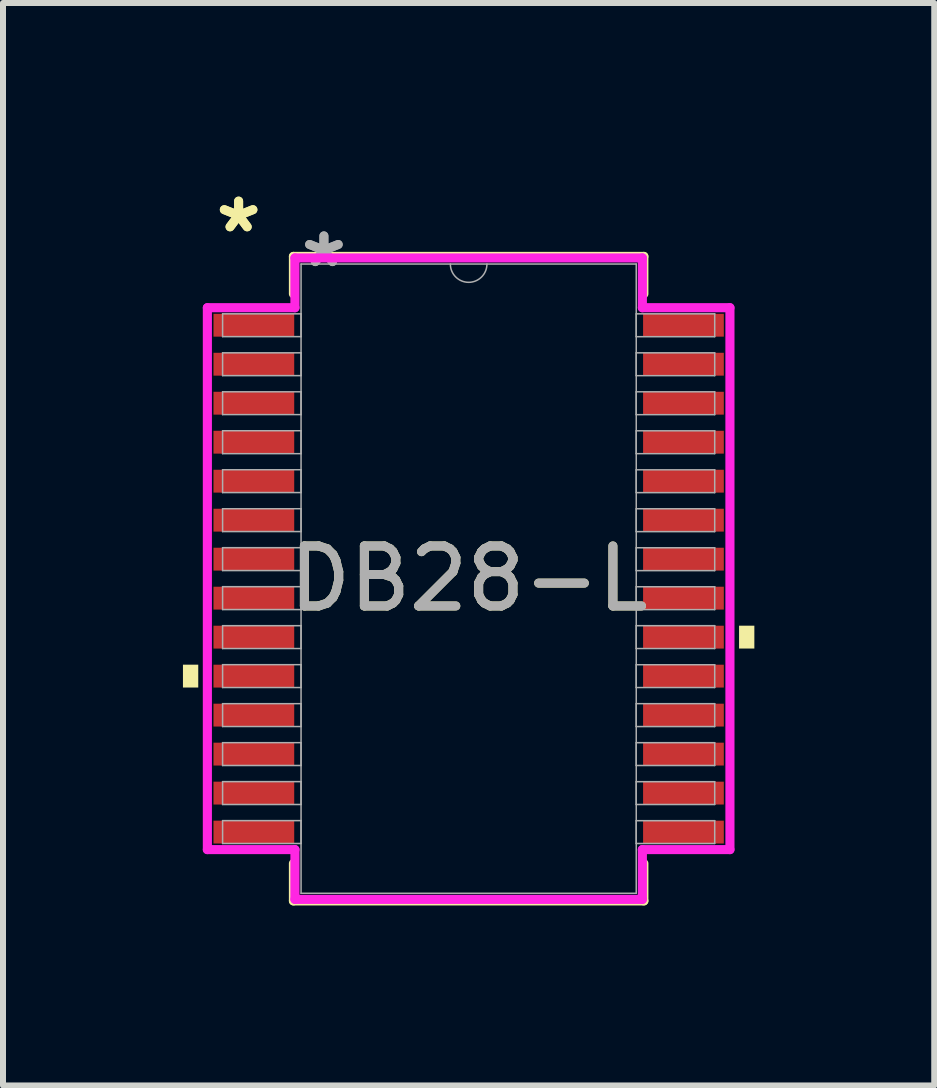
<source format=kicad_pcb>
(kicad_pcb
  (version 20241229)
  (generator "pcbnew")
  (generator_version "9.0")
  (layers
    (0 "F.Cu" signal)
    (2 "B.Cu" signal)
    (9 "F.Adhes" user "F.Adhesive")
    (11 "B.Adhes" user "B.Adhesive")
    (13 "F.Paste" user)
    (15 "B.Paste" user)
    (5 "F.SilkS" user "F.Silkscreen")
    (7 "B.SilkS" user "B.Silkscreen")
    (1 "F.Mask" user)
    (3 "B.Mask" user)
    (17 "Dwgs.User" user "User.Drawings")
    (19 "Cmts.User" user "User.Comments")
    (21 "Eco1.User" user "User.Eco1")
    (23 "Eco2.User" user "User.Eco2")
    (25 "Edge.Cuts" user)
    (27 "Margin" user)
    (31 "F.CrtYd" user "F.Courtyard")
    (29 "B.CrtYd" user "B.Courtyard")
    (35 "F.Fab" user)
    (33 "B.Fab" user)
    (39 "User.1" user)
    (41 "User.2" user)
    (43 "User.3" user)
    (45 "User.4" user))
  (footprint "DB28-L"
    (layer "F.Cu")
    (at 4.763 6.597)
    (property "Reference" "DB28-L" (at 0 0 0) (unlocked yes) (layer "F.SilkS") (effects (font (size 1 1) (thickness 0.15))))
    (attr smd)
    (fp_line (start -2.921 -5.372) (end -2.921 -4.748) (stroke (width 0.152) (type solid)) (layer "F.SilkS"))
    (fp_line (start -2.921 4.748) (end -2.921 5.372) (stroke (width 0.152) (type solid)) (layer "F.SilkS"))
    (fp_line (start -2.921 5.372) (end 2.921 5.372) (stroke (width 0.152) (type solid)) (layer "F.SilkS"))
    (fp_line (start 2.921 -5.372) (end -2.921 -5.372) (stroke (width 0.152) (type solid)) (layer "F.SilkS"))
    (fp_line (start 2.921 -4.748) (end 2.921 -5.372) (stroke (width 0.152) (type solid)) (layer "F.SilkS"))
    (fp_line (start 2.921 5.372) (end 2.921 4.748) (stroke (width 0.152) (type solid)) (layer "F.SilkS"))
    (fp_poly (pts (xy -4.763 1.434) (xy -4.763 1.815) (xy -4.508 1.815) (xy -4.508 1.434)) (stroke (width 0) (type solid)) (fill yes) (layer "F.SilkS"))
    (fp_poly (pts (xy 4.763 0.784) (xy 4.763 1.165) (xy 4.508 1.165) (xy 4.508 0.784)) (stroke (width 0) (type solid)) (fill yes) (layer "F.SilkS"))
    (fp_line (start -4.356 -4.517) (end -2.896 -4.517) (stroke (width 0.152) (type solid)) (layer "F.CrtYd"))
    (fp_line (start -4.356 4.517) (end -4.356 -4.517) (stroke (width 0.152) (type solid)) (layer "F.CrtYd"))
    (fp_line (start -4.356 4.517) (end -2.896 4.517) (stroke (width 0.152) (type solid)) (layer "F.CrtYd"))
    (fp_line (start -2.896 -5.347) (end 2.896 -5.347) (stroke (width 0.152) (type solid)) (layer "F.CrtYd"))
    (fp_line (start -2.896 -4.517) (end -2.896 -5.347) (stroke (width 0.152) (type solid)) (layer "F.CrtYd"))
    (fp_line (start -2.896 5.347) (end -2.896 4.517) (stroke (width 0.152) (type solid)) (layer "F.CrtYd"))
    (fp_line (start 2.896 -5.347) (end 2.896 -4.517) (stroke (width 0.152) (type solid)) (layer "F.CrtYd"))
    (fp_line (start 2.896 4.517) (end 2.896 5.347) (stroke (width 0.152) (type solid)) (layer "F.CrtYd"))
    (fp_line (start 2.896 5.347) (end -2.896 5.347) (stroke (width 0.152) (type solid)) (layer "F.CrtYd"))
    (fp_line (start 4.356 -4.517) (end 2.896 -4.517) (stroke (width 0.152) (type solid)) (layer "F.CrtYd"))
    (fp_line (start 4.356 -4.517) (end 4.356 4.517) (stroke (width 0.152) (type solid)) (layer "F.CrtYd"))
    (fp_line (start 4.356 4.517) (end 2.896 4.517) (stroke (width 0.152) (type solid)) (layer "F.CrtYd"))
    (fp_line (start -4.102 -4.415) (end -4.102 -4.035) (stroke (width 0.025) (type solid)) (layer "F.Fab"))
    (fp_line (start -4.102 -4.035) (end -2.794 -4.035) (stroke (width 0.025) (type solid)) (layer "F.Fab"))
    (fp_line (start -4.102 -3.765) (end -4.102 -3.385) (stroke (width 0.025) (type solid)) (layer "F.Fab"))
    (fp_line (start -4.102 -3.385) (end -2.794 -3.385) (stroke (width 0.025) (type solid)) (layer "F.Fab"))
    (fp_line (start -4.102 -3.115) (end -4.102 -2.735) (stroke (width 0.025) (type solid)) (layer "F.Fab"))
    (fp_line (start -4.102 -2.735) (end -2.794 -2.735) (stroke (width 0.025) (type solid)) (layer "F.Fab"))
    (fp_line (start -4.102 -2.466) (end -4.102 -2.084) (stroke (width 0.025) (type solid)) (layer "F.Fab"))
    (fp_line (start -4.102 -2.084) (end -2.794 -2.084) (stroke (width 0.025) (type solid)) (layer "F.Fab"))
    (fp_line (start -4.102 -1.816) (end -4.102 -1.435) (stroke (width 0.025) (type solid)) (layer "F.Fab"))
    (fp_line (start -4.102 -1.435) (end -2.794 -1.435) (stroke (width 0.025) (type solid)) (layer "F.Fab"))
    (fp_line (start -4.102 -1.166) (end -4.102 -0.785) (stroke (width 0.025) (type solid)) (layer "F.Fab"))
    (fp_line (start -4.102 -0.785) (end -2.794 -0.785) (stroke (width 0.025) (type solid)) (layer "F.Fab"))
    (fp_line (start -4.102 -0.516) (end -4.102 -0.135) (stroke (width 0.025) (type solid)) (layer "F.Fab"))
    (fp_line (start -4.102 -0.135) (end -2.794 -0.135) (stroke (width 0.025) (type solid)) (layer "F.Fab"))
    (fp_line (start -4.102 0.134) (end -4.102 0.515) (stroke (width 0.025) (type solid)) (layer "F.Fab"))
    (fp_line (start -4.102 0.515) (end -2.794 0.515) (stroke (width 0.025) (type solid)) (layer "F.Fab"))
    (fp_line (start -4.102 0.784) (end -4.102 1.165) (stroke (width 0.025) (type solid)) (layer "F.Fab"))
    (fp_line (start -4.102 1.165) (end -2.794 1.165) (stroke (width 0.025) (type solid)) (layer "F.Fab"))
    (fp_line (start -4.102 1.434) (end -4.102 1.815) (stroke (width 0.025) (type solid)) (layer "F.Fab"))
    (fp_line (start -4.102 1.815) (end -2.794 1.815) (stroke (width 0.025) (type solid)) (layer "F.Fab"))
    (fp_line (start -4.102 2.084) (end -4.102 2.465) (stroke (width 0.025) (type solid)) (layer "F.Fab"))
    (fp_line (start -4.102 2.465) (end -2.794 2.465) (stroke (width 0.025) (type solid)) (layer "F.Fab"))
    (fp_line (start -4.102 2.734) (end -4.102 3.115) (stroke (width 0.025) (type solid)) (layer "F.Fab"))
    (fp_line (start -4.102 3.115) (end -2.794 3.115) (stroke (width 0.025) (type solid)) (layer "F.Fab"))
    (fp_line (start -4.102 3.384) (end -4.102 3.765) (stroke (width 0.025) (type solid)) (layer "F.Fab"))
    (fp_line (start -4.102 3.765) (end -2.794 3.765) (stroke (width 0.025) (type solid)) (layer "F.Fab"))
    (fp_line (start -4.102 4.034) (end -4.102 4.415) (stroke (width 0.025) (type solid)) (layer "F.Fab"))
    (fp_line (start -4.102 4.415) (end -2.794 4.415) (stroke (width 0.025) (type solid)) (layer "F.Fab"))
    (fp_line (start -2.794 -5.245) (end -2.794 5.245) (stroke (width 0.025) (type solid)) (layer "F.Fab"))
    (fp_line (start -2.794 -4.415) (end -4.102 -4.415) (stroke (width 0.025) (type solid)) (layer "F.Fab"))
    (fp_line (start -2.794 -4.035) (end -2.794 -4.415) (stroke (width 0.025) (type solid)) (layer "F.Fab"))
    (fp_line (start -2.794 -3.765) (end -4.102 -3.765) (stroke (width 0.025) (type solid)) (layer "F.Fab"))
    (fp_line (start -2.794 -3.385) (end -2.794 -3.765) (stroke (width 0.025) (type solid)) (layer "F.Fab"))
    (fp_line (start -2.794 -3.115) (end -4.102 -3.115) (stroke (width 0.025) (type solid)) (layer "F.Fab"))
    (fp_line (start -2.794 -2.735) (end -2.794 -3.115) (stroke (width 0.025) (type solid)) (layer "F.Fab"))
    (fp_line (start -2.794 -2.466) (end -4.102 -2.466) (stroke (width 0.025) (type solid)) (layer "F.Fab"))
    (fp_line (start -2.794 -2.084) (end -2.794 -2.466) (stroke (width 0.025) (type solid)) (layer "F.Fab"))
    (fp_line (start -2.794 -1.816) (end -4.102 -1.816) (stroke (width 0.025) (type solid)) (layer "F.Fab"))
    (fp_line (start -2.794 -1.435) (end -2.794 -1.816) (stroke (width 0.025) (type solid)) (layer "F.Fab"))
    (fp_line (start -2.794 -1.166) (end -4.102 -1.166) (stroke (width 0.025) (type solid)) (layer "F.Fab"))
    (fp_line (start -2.794 -0.785) (end -2.794 -1.166) (stroke (width 0.025) (type solid)) (layer "F.Fab"))
    (fp_line (start -2.794 -0.516) (end -4.102 -0.516) (stroke (width 0.025) (type solid)) (layer "F.Fab"))
    (fp_line (start -2.794 -0.135) (end -2.794 -0.516) (stroke (width 0.025) (type solid)) (layer "F.Fab"))
    (fp_line (start -2.794 0.134) (end -4.102 0.134) (stroke (width 0.025) (type solid)) (layer "F.Fab"))
    (fp_line (start -2.794 0.515) (end -2.794 0.134) (stroke (width 0.025) (type solid)) (layer "F.Fab"))
    (fp_line (start -2.794 0.784) (end -4.102 0.784) (stroke (width 0.025) (type solid)) (layer "F.Fab"))
    (fp_line (start -2.794 1.165) (end -2.794 0.784) (stroke (width 0.025) (type solid)) (layer "F.Fab"))
    (fp_line (start -2.794 1.434) (end -4.102 1.434) (stroke (width 0.025) (type solid)) (layer "F.Fab"))
    (fp_line (start -2.794 1.815) (end -2.794 1.434) (stroke (width 0.025) (type solid)) (layer "F.Fab"))
    (fp_line (start -2.794 2.084) (end -4.102 2.084) (stroke (width 0.025) (type solid)) (layer "F.Fab"))
    (fp_line (start -2.794 2.465) (end -2.794 2.084) (stroke (width 0.025) (type solid)) (layer "F.Fab"))
    (fp_line (start -2.794 2.734) (end -4.102 2.734) (stroke (width 0.025) (type solid)) (layer "F.Fab"))
    (fp_line (start -2.794 3.115) (end -2.794 2.734) (stroke (width 0.025) (type solid)) (layer "F.Fab"))
    (fp_line (start -2.794 3.384) (end -4.102 3.384) (stroke (width 0.025) (type solid)) (layer "F.Fab"))
    (fp_line (start -2.794 3.765) (end -2.794 3.384) (stroke (width 0.025) (type solid)) (layer "F.Fab"))
    (fp_line (start -2.794 4.034) (end -4.102 4.034) (stroke (width 0.025) (type solid)) (layer "F.Fab"))
    (fp_line (start -2.794 4.415) (end -2.794 4.034) (stroke (width 0.025) (type solid)) (layer "F.Fab"))
    (fp_line (start -2.794 5.245) (end 2.794 5.245) (stroke (width 0.025) (type solid)) (layer "F.Fab"))
    (fp_line (start 2.794 -5.245) (end -2.794 -5.245) (stroke (width 0.025) (type solid)) (layer "F.Fab"))
    (fp_line (start 2.794 -4.415) (end 2.794 -4.034) (stroke (width 0.025) (type solid)) (layer "F.Fab"))
    (fp_line (start 2.794 -4.034) (end 4.102 -4.034) (stroke (width 0.025) (type solid)) (layer "F.Fab"))
    (fp_line (start 2.794 -3.765) (end 2.794 -3.384) (stroke (width 0.025) (type solid)) (layer "F.Fab"))
    (fp_line (start 2.794 -3.384) (end 4.102 -3.384) (stroke (width 0.025) (type solid)) (layer "F.Fab"))
    (fp_line (start 2.794 -3.115) (end 2.794 -2.734) (stroke (width 0.025) (type solid)) (layer "F.Fab"))
    (fp_line (start 2.794 -2.734) (end 4.102 -2.734) (stroke (width 0.025) (type solid)) (layer "F.Fab"))
    (fp_line (start 2.794 -2.465) (end 2.794 -2.084) (stroke (width 0.025) (type solid)) (layer "F.Fab"))
    (fp_line (start 2.794 -2.084) (end 4.102 -2.084) (stroke (width 0.025) (type solid)) (layer "F.Fab"))
    (fp_line (start 2.794 -1.815) (end 2.794 -1.434) (stroke (width 0.025) (type solid)) (layer "F.Fab"))
    (fp_line (start 2.794 -1.434) (end 4.102 -1.434) (stroke (width 0.025) (type solid)) (layer "F.Fab"))
    (fp_line (start 2.794 -1.165) (end 2.794 -0.784) (stroke (width 0.025) (type solid)) (layer "F.Fab"))
    (fp_line (start 2.794 -0.784) (end 4.102 -0.784) (stroke (width 0.025) (type solid)) (layer "F.Fab"))
    (fp_line (start 2.794 -0.515) (end 2.794 -0.134) (stroke (width 0.025) (type solid)) (layer "F.Fab"))
    (fp_line (start 2.794 -0.134) (end 4.102 -0.134) (stroke (width 0.025) (type solid)) (layer "F.Fab"))
    (fp_line (start 2.794 0.135) (end 2.794 0.516) (stroke (width 0.025) (type solid)) (layer "F.Fab"))
    (fp_line (start 2.794 0.516) (end 4.102 0.516) (stroke (width 0.025) (type solid)) (layer "F.Fab"))
    (fp_line (start 2.794 0.784) (end 2.794 1.165) (stroke (width 0.025) (type solid)) (layer "F.Fab"))
    (fp_line (start 2.794 1.165) (end 4.102 1.165) (stroke (width 0.025) (type solid)) (layer "F.Fab"))
    (fp_line (start 2.794 1.435) (end 2.794 1.815) (stroke (width 0.025) (type solid)) (layer "F.Fab"))
    (fp_line (start 2.794 1.815) (end 4.102 1.815) (stroke (width 0.025) (type solid)) (layer "F.Fab"))
    (fp_line (start 2.794 2.084) (end 2.794 2.466) (stroke (width 0.025) (type solid)) (layer "F.Fab"))
    (fp_line (start 2.794 2.466) (end 4.102 2.466) (stroke (width 0.025) (type solid)) (layer "F.Fab"))
    (fp_line (start 2.794 2.735) (end 2.794 3.115) (stroke (width 0.025) (type solid)) (layer "F.Fab"))
    (fp_line (start 2.794 3.115) (end 4.102 3.115) (stroke (width 0.025) (type solid)) (layer "F.Fab"))
    (fp_line (start 2.794 3.385) (end 2.794 3.765) (stroke (width 0.025) (type solid)) (layer "F.Fab"))
    (fp_line (start 2.794 3.765) (end 4.102 3.765) (stroke (width 0.025) (type solid)) (layer "F.Fab"))
    (fp_line (start 2.794 4.035) (end 2.794 4.415) (stroke (width 0.025) (type solid)) (layer "F.Fab"))
    (fp_line (start 2.794 4.415) (end 4.102 4.415) (stroke (width 0.025) (type solid)) (layer "F.Fab"))
    (fp_line (start 2.794 5.245) (end 2.794 -5.245) (stroke (width 0.025) (type solid)) (layer "F.Fab"))
    (fp_line (start 4.102 -4.415) (end 2.794 -4.415) (stroke (width 0.025) (type solid)) (layer "F.Fab"))
    (fp_line (start 4.102 -4.034) (end 4.102 -4.415) (stroke (width 0.025) (type solid)) (layer "F.Fab"))
    (fp_line (start 4.102 -3.765) (end 2.794 -3.765) (stroke (width 0.025) (type solid)) (layer "F.Fab"))
    (fp_line (start 4.102 -3.384) (end 4.102 -3.765) (stroke (width 0.025) (type solid)) (layer "F.Fab"))
    (fp_line (start 4.102 -3.115) (end 2.794 -3.115) (stroke (width 0.025) (type solid)) (layer "F.Fab"))
    (fp_line (start 4.102 -2.734) (end 4.102 -3.115) (stroke (width 0.025) (type solid)) (layer "F.Fab"))
    (fp_line (start 4.102 -2.465) (end 2.794 -2.465) (stroke (width 0.025) (type solid)) (layer "F.Fab"))
    (fp_line (start 4.102 -2.084) (end 4.102 -2.465) (stroke (width 0.025) (type solid)) (layer "F.Fab"))
    (fp_line (start 4.102 -1.815) (end 2.794 -1.815) (stroke (width 0.025) (type solid)) (layer "F.Fab"))
    (fp_line (start 4.102 -1.434) (end 4.102 -1.815) (stroke (width 0.025) (type solid)) (layer "F.Fab"))
    (fp_line (start 4.102 -1.165) (end 2.794 -1.165) (stroke (width 0.025) (type solid)) (layer "F.Fab"))
    (fp_line (start 4.102 -0.784) (end 4.102 -1.165) (stroke (width 0.025) (type solid)) (layer "F.Fab"))
    (fp_line (start 4.102 -0.515) (end 2.794 -0.515) (stroke (width 0.025) (type solid)) (layer "F.Fab"))
    (fp_line (start 4.102 -0.134) (end 4.102 -0.515) (stroke (width 0.025) (type solid)) (layer "F.Fab"))
    (fp_line (start 4.102 0.135) (end 2.794 0.135) (stroke (width 0.025) (type solid)) (layer "F.Fab"))
    (fp_line (start 4.102 0.516) (end 4.102 0.135) (stroke (width 0.025) (type solid)) (layer "F.Fab"))
    (fp_line (start 4.102 0.784) (end 2.794 0.784) (stroke (width 0.025) (type solid)) (layer "F.Fab"))
    (fp_line (start 4.102 1.165) (end 4.102 0.784) (stroke (width 0.025) (type solid)) (layer "F.Fab"))
    (fp_line (start 4.102 1.435) (end 2.794 1.435) (stroke (width 0.025) (type solid)) (layer "F.Fab"))
    (fp_line (start 4.102 1.815) (end 4.102 1.435) (stroke (width 0.025) (type solid)) (layer "F.Fab"))
    (fp_line (start 4.102 2.084) (end 2.794 2.084) (stroke (width 0.025) (type solid)) (layer "F.Fab"))
    (fp_line (start 4.102 2.466) (end 4.102 2.084) (stroke (width 0.025) (type solid)) (layer "F.Fab"))
    (fp_line (start 4.102 2.735) (end 2.794 2.735) (stroke (width 0.025) (type solid)) (layer "F.Fab"))
    (fp_line (start 4.102 3.115) (end 4.102 2.735) (stroke (width 0.025) (type solid)) (layer "F.Fab"))
    (fp_line (start 4.102 3.385) (end 2.794 3.385) (stroke (width 0.025) (type solid)) (layer "F.Fab"))
    (fp_line (start 4.102 3.765) (end 4.102 3.385) (stroke (width 0.025) (type solid)) (layer "F.Fab"))
    (fp_line (start 4.102 4.035) (end 2.794 4.035) (stroke (width 0.025) (type solid)) (layer "F.Fab"))
    (fp_line (start 4.102 4.415) (end 4.102 4.035) (stroke (width 0.025) (type solid)) (layer "F.Fab"))
    (fp_arc (start 0.3048 -5.2451) (mid 0 -4.9403) (end -0.3048 -5.2451) (stroke (width 0.0254) (type solid)) (layer "F.Fab"))
    (fp_text user "*" (at -3.835 -5.749 0) (layer "F.SilkS") (effects (font (size 1 1) (thickness 0.15))))
    (fp_text user "*" (at -3.835 -5.749 0) (unlocked yes) (layer "F.SilkS") (effects (font (size 1 1) (thickness 0.15))))
    (fp_text user "*" (at -2.413 -5.169 0) (layer "F.Fab") (effects (font (size 1 1) (thickness 0.15))))
    (fp_text user "*" (at -2.413 -5.169 0) (unlocked yes) (layer "F.Fab") (effects (font (size 1 1) (thickness 0.15))))
    (fp_text user "${REFERENCE}" (at 0 0 0) (unlocked yes) (layer "F.Fab") (effects (font (size 1 1) (thickness 0.15))))
    (pad "1" smd rect (at -3.581 -4.225) (size 1.346 0.381) (layers "F.Cu" "F.Mask" "F.Paste"))
    (pad "2" smd rect (at -3.581 -3.575) (size 1.346 0.381) (layers "F.Cu" "F.Mask" "F.Paste"))
    (pad "3" smd rect (at -3.581 -2.925) (size 1.346 0.381) (layers "F.Cu" "F.Mask" "F.Paste"))
    (pad "4" smd rect (at -3.581 -2.275) (size 1.346 0.381) (layers "F.Cu" "F.Mask" "F.Paste"))
    (pad "5" smd rect (at -3.581 -1.625) (size 1.346 0.381) (layers "F.Cu" "F.Mask" "F.Paste"))
    (pad "6" smd rect (at -3.581 -0.975) (size 1.346 0.381) (layers "F.Cu" "F.Mask" "F.Paste"))
    (pad "7" smd rect (at -3.581 -0.325) (size 1.346 0.381) (layers "F.Cu" "F.Mask" "F.Paste"))
    (pad "8" smd rect (at -3.581 0.325) (size 1.346 0.381) (layers "F.Cu" "F.Mask" "F.Paste"))
    (pad "9" smd rect (at -3.581 0.975) (size 1.346 0.381) (layers "F.Cu" "F.Mask" "F.Paste"))
    (pad "10" smd rect (at -3.581 1.625) (size 1.346 0.381) (layers "F.Cu" "F.Mask" "F.Paste"))
    (pad "11" smd rect (at -3.581 2.275) (size 1.346 0.381) (layers "F.Cu" "F.Mask" "F.Paste"))
    (pad "12" smd rect (at -3.581 2.925) (size 1.346 0.381) (layers "F.Cu" "F.Mask" "F.Paste"))
    (pad "13" smd rect (at -3.581 3.575) (size 1.346 0.381) (layers "F.Cu" "F.Mask" "F.Paste"))
    (pad "14" smd rect (at -3.581 4.225) (size 1.346 0.381) (layers "F.Cu" "F.Mask" "F.Paste"))
    (pad "15" smd rect (at 3.581 4.225) (size 1.346 0.381) (layers "F.Cu" "F.Mask" "F.Paste"))
    (pad "16" smd rect (at 3.581 3.575) (size 1.346 0.381) (layers "F.Cu" "F.Mask" "F.Paste"))
    (pad "17" smd rect (at 3.581 2.925) (size 1.346 0.381) (layers "F.Cu" "F.Mask" "F.Paste"))
    (pad "18" smd rect (at 3.581 2.275) (size 1.346 0.381) (layers "F.Cu" "F.Mask" "F.Paste"))
    (pad "19" smd rect (at 3.581 1.625) (size 1.346 0.381) (layers "F.Cu" "F.Mask" "F.Paste"))
    (pad "20" smd rect (at 3.581 0.975) (size 1.346 0.381) (layers "F.Cu" "F.Mask" "F.Paste"))
    (pad "21" smd rect (at 3.581 0.325) (size 1.346 0.381) (layers "F.Cu" "F.Mask" "F.Paste"))
    (pad "22" smd rect (at 3.581 -0.325) (size 1.346 0.381) (layers "F.Cu" "F.Mask" "F.Paste"))
    (pad "23" smd rect (at 3.581 -0.975) (size 1.346 0.381) (layers "F.Cu" "F.Mask" "F.Paste"))
    (pad "24" smd rect (at 3.581 -1.625) (size 1.346 0.381) (layers "F.Cu" "F.Mask" "F.Paste"))
    (pad "25" smd rect (at 3.581 -2.275) (size 1.346 0.381) (layers "F.Cu" "F.Mask" "F.Paste"))
    (pad "26" smd rect (at 3.581 -2.925) (size 1.346 0.381) (layers "F.Cu" "F.Mask" "F.Paste"))
    (pad "27" smd rect (at 3.581 -3.575) (size 1.346 0.381) (layers "F.Cu" "F.Mask" "F.Paste"))
    (pad "28" smd rect (at 3.581 -4.225) (size 1.346 0.381) (layers "F.Cu" "F.Mask" "F.Paste")))
  (gr_rect
    (start -3 -3)
    (end 12.525 15.046)
    (stroke (width 0.1) (type default))
    (fill no)
    (layer "Edge.Cuts")))
</source>
